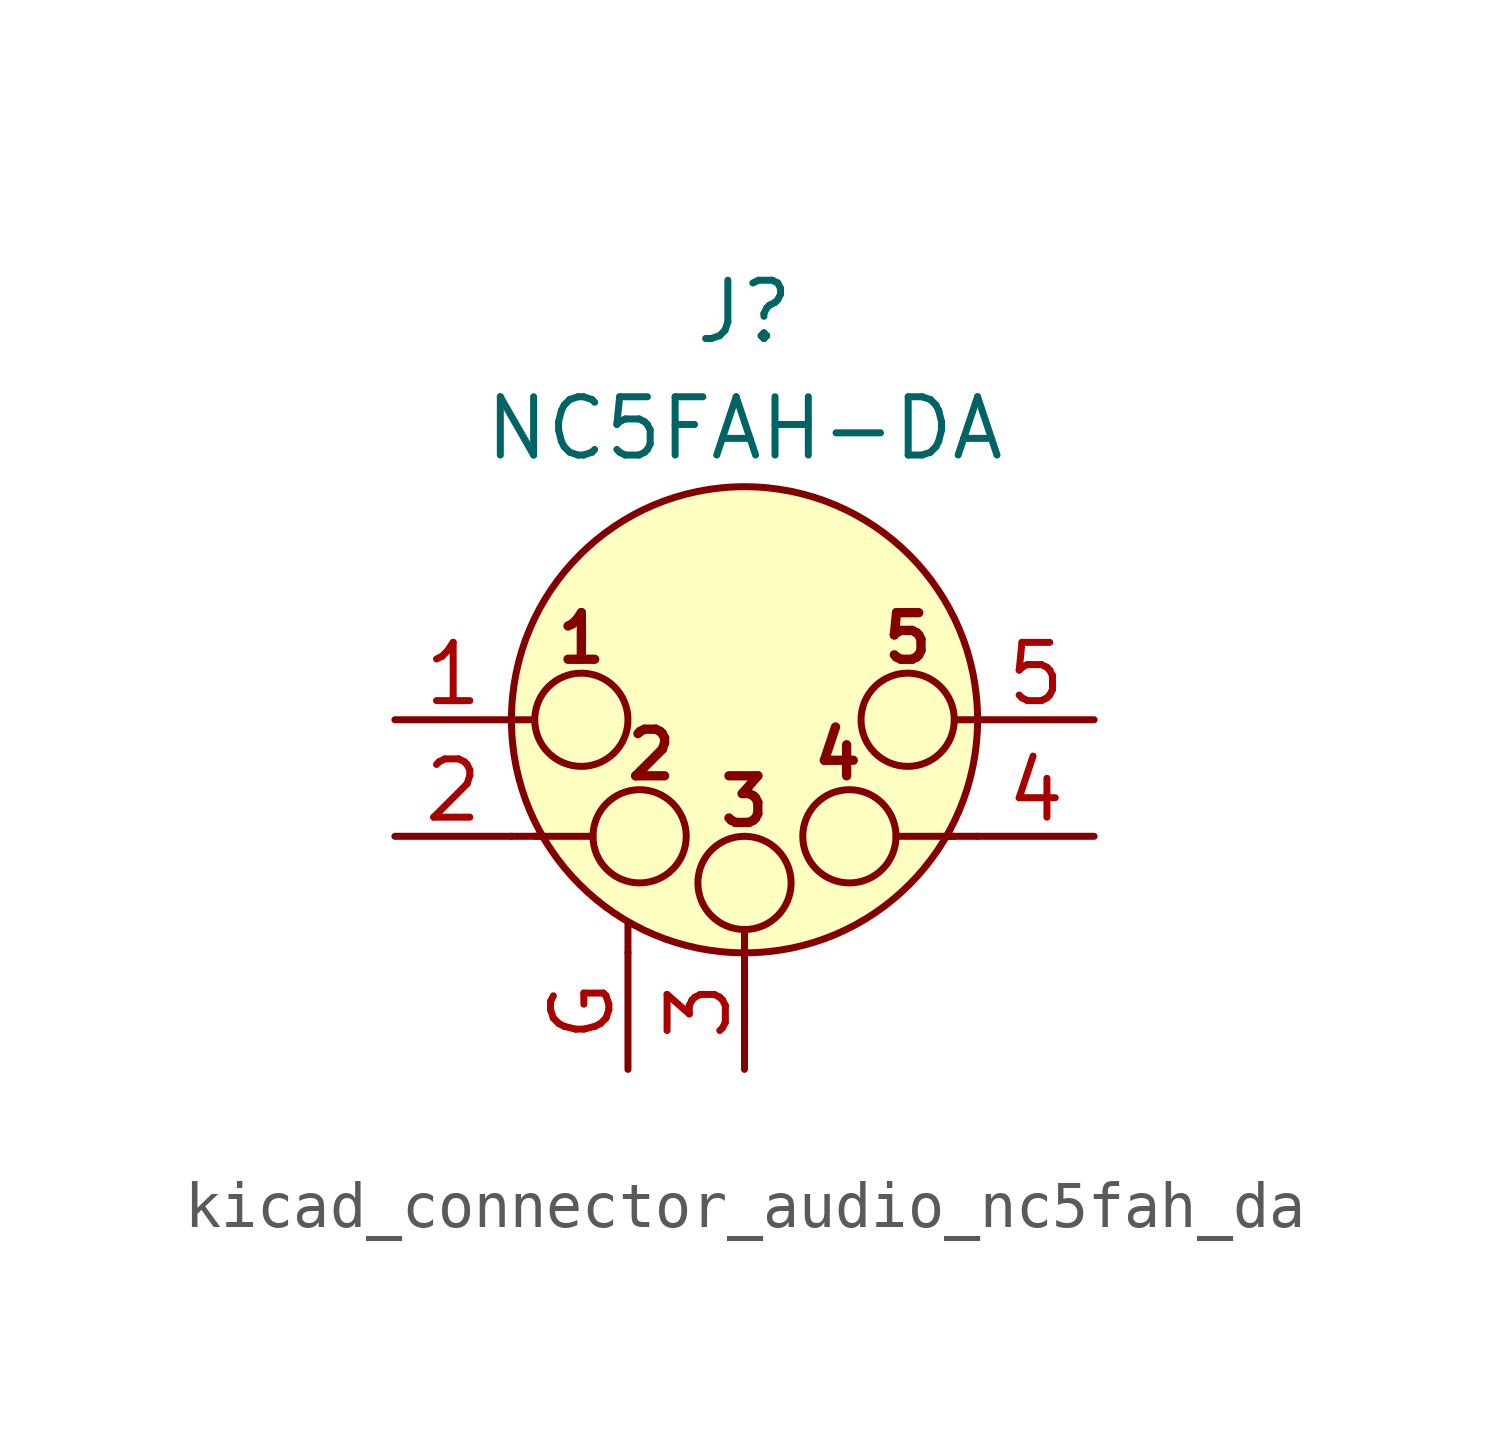
<source format=kicad_sym>
(kicad_symbol_lib
  (version 20220914)
  (generator kicad_symbol_editor)
  (symbol "kicad_connector_audio_nc5fah_da"
    (pin_names hide)
    (property "Reference" "J"
      (at 0 8.89 0)
      (effects (font (size 1.27 1.27))))
    (property "Value" "NC5FAH-DA"
      (at 0 6.35 0)
      (effects (font (size 1.27 1.27))))
    (symbol "kicad_connector_audio_nc5fah_da_0_1"
      (circle (center -3.556 0) (radius 1.016) (stroke (width 0) (type default)) (fill (type none)))
      (circle (center -2.286 -2.54) (radius 1.016) (stroke (width 0) (type default)) (fill (type none)))
      (circle (center 0 -3.556) (radius 1.016) (stroke (width 0) (type default)) (fill (type none)))
      (polyline (pts (xy -5.08 -2.54) (xy -4.445 -2.54)) (stroke (width 0) (type default)) (fill (type none)))
      (polyline (pts (xy -5.08 0) (xy -4.572 0)) (stroke (width 0) (type default)) (fill (type none)))
      (polyline (pts (xy -4.572 -2.54) (xy -3.302 -2.54)) (stroke (width 0) (type default)) (fill (type none)))
      (polyline (pts (xy -2.54 -5.08) (xy -2.54 -4.445)) (stroke (width 0) (type default)) (fill (type none)))
      (polyline (pts (xy 0 -5.08) (xy 0 -4.572)) (stroke (width 0) (type default)) (fill (type none)))
      (polyline (pts (xy 4.572 -2.54) (xy 3.302 -2.54)) (stroke (width 0) (type default)) (fill (type none)))
      (polyline (pts (xy 5.08 -2.54) (xy 4.445 -2.54)) (stroke (width 0) (type default)) (fill (type none)))
      (polyline (pts (xy 5.08 0) (xy 4.572 0)) (stroke (width 0) (type default)) (fill (type none)))
      (circle (center 0 0) (radius 5.08) (stroke (width 0) (type default)) (fill (type background)))
      (circle (center 2.286 -2.54) (radius 1.016) (stroke (width 0) (type default)) (fill (type none)))
      (circle (center 3.556 0) (radius 1.016) (stroke (width 0) (type default)) (fill (type none)))
      (text "1" (at -3.556 1.778 0) (effects (font (size 1.016 1.016) bold)))
      (text "2" (at -2.032 -0.762 0) (effects (font (size 1.016 1.016) bold)))
      (text "3" (at 0 -1.778 0) (effects (font (size 1.016 1.016) bold)))
      (text "4" (at 2.032 -0.762 0) (effects (font (size 1.016 1.016) bold)))
      (text "5" (at 3.556 1.778 0) (effects (font (size 1.016 1.016) bold))))
    (symbol "kicad_connector_audio_nc5fah_da_1_1"
      (pin passive line (at -7.62 0 0) (length 2.54) (name "P1" (effects (font (size 1.27 1.27)))) (number "1" (effects (font (size 1.27 1.27)))))
      (pin passive line (at -7.62 -2.54 0) (length 2.54) (name "P2" (effects (font (size 1.27 1.27)))) (number "2" (effects (font (size 1.27 1.27)))))
      (pin passive line (at 0 -7.62 90) (length 2.54) (name "P3" (effects (font (size 1.27 1.27)))) (number "3" (effects (font (size 1.27 1.27)))))
      (pin passive line (at 7.62 -2.54 180) (length 2.54) (name "P3" (effects (font (size 1.27 1.27)))) (number "4" (effects (font (size 1.27 1.27)))))
      (pin passive line (at 7.62 0 180) (length 2.54) (name "P5" (effects (font (size 1.27 1.27)))) (number "5" (effects (font (size 1.27 1.27)))))
      (pin passive line (at -2.54 -7.62 90) (length 2.54) (name "~" (effects (font (size 1.27 1.27)))) (number "G" (effects (font (size 1.27 1.27))))))))
</source>
